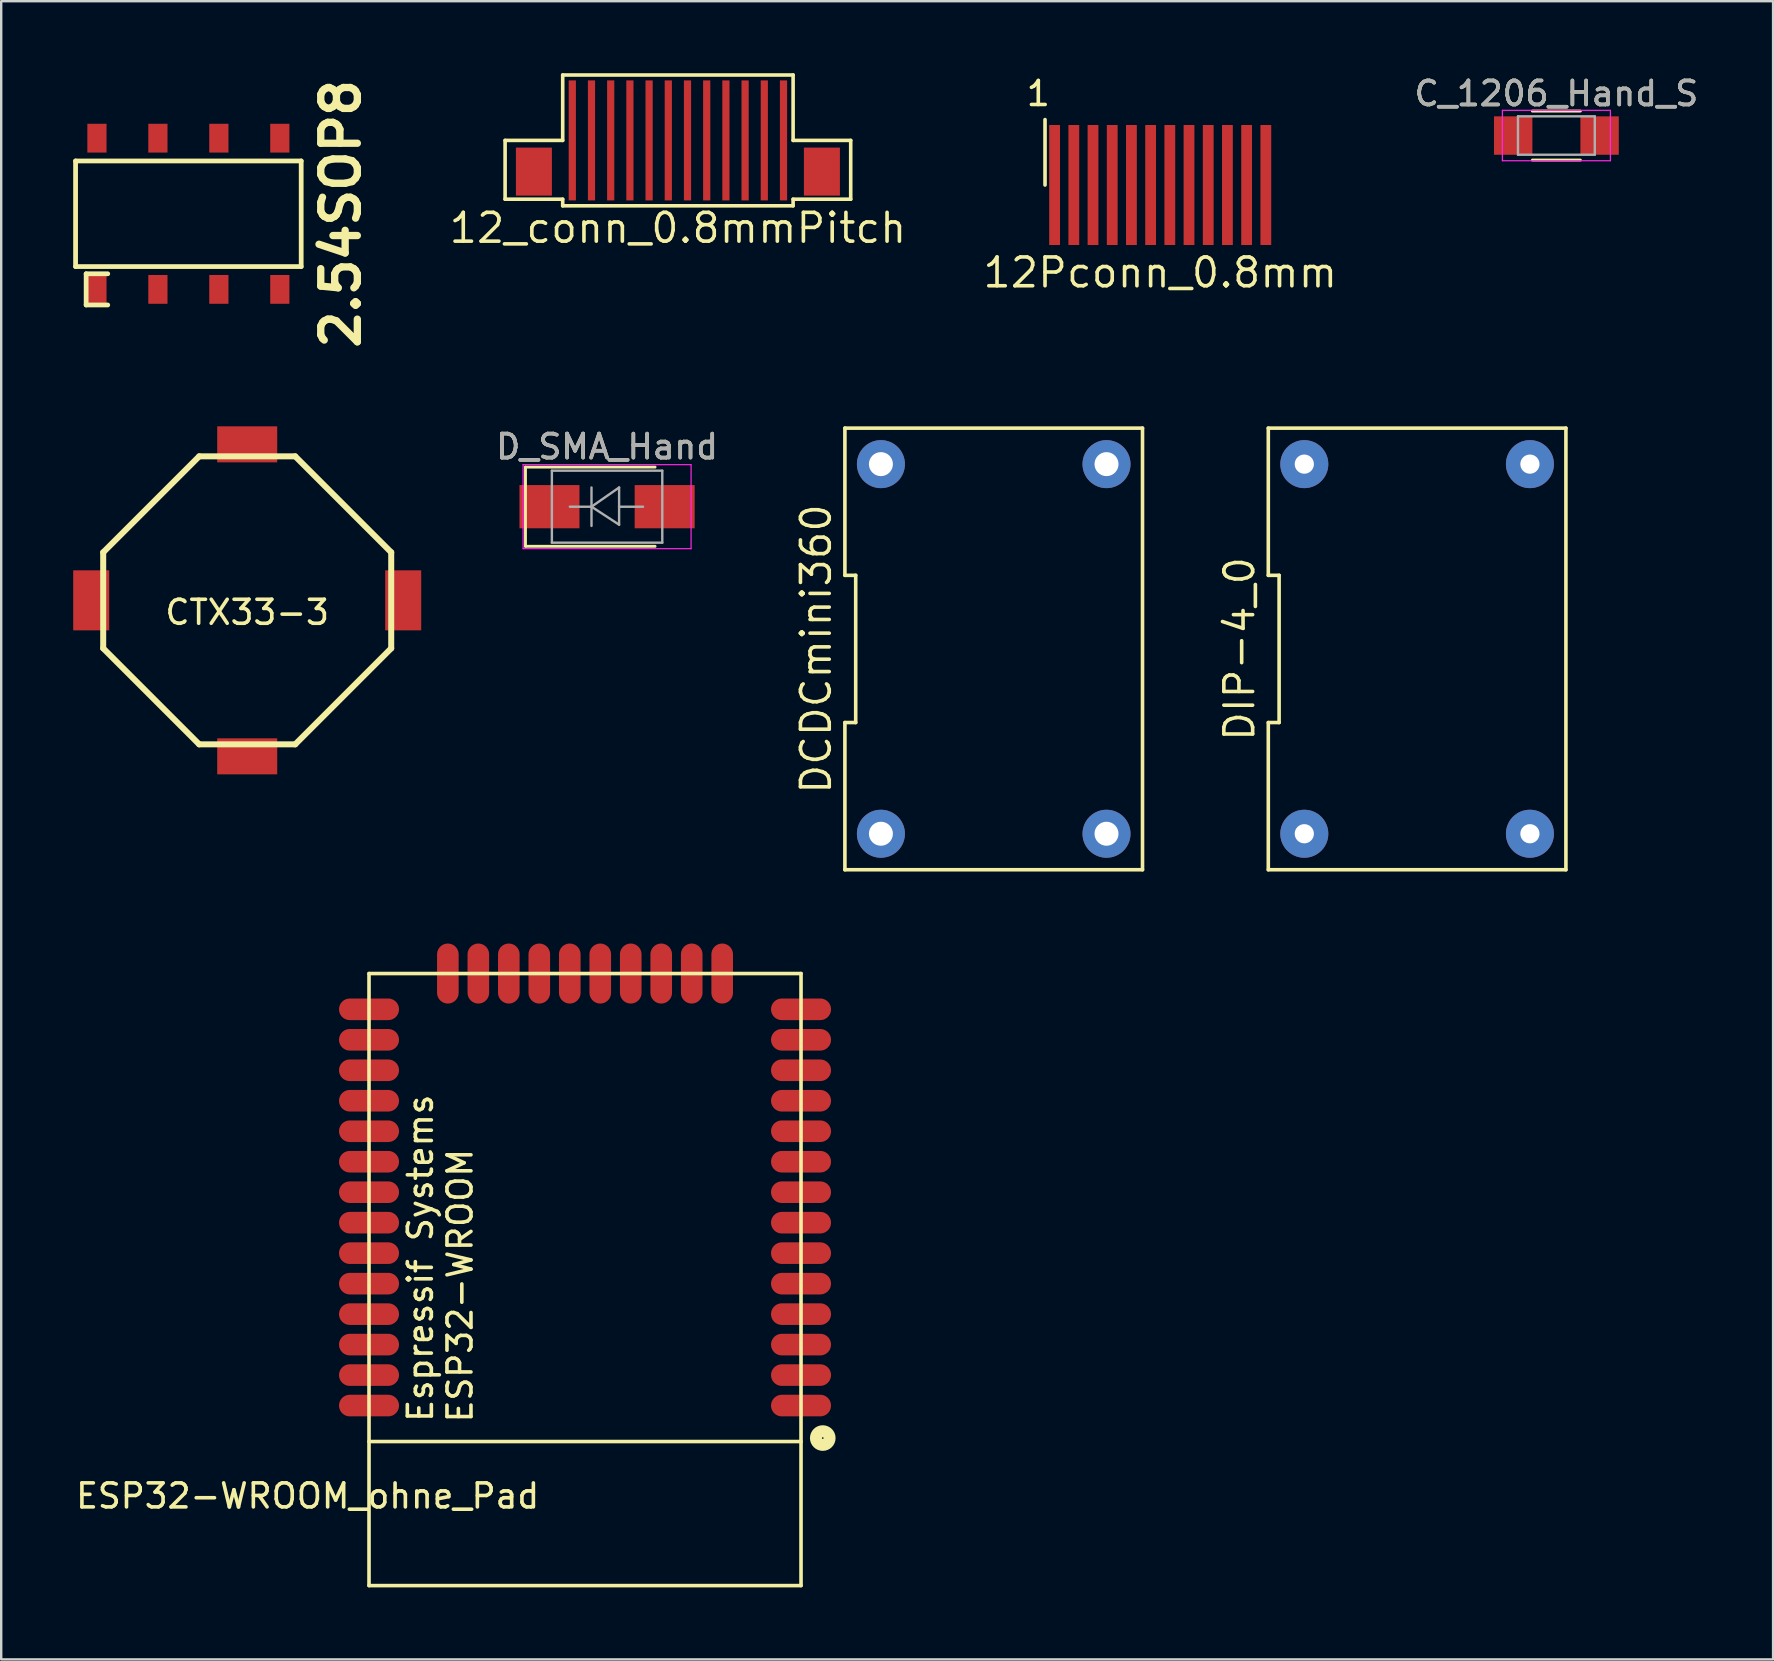
<source format=kicad_pcb>
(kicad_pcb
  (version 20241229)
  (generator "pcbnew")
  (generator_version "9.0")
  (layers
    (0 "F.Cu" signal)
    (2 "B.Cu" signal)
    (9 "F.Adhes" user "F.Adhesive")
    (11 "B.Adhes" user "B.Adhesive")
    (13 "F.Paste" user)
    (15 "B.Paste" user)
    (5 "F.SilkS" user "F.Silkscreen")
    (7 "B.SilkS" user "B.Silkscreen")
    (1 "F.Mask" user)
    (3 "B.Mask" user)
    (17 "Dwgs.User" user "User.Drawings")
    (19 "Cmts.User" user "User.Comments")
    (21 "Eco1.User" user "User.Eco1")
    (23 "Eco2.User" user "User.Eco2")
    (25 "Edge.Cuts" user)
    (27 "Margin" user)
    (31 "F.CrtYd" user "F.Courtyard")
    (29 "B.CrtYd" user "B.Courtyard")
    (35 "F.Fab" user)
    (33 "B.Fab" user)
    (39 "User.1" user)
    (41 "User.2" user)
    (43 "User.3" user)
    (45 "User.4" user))
  (footprint "12Pconn_0.8mm"
    (layer "F.Cu")
    (at 45.291 4.658)
    (property "Reference" "12Pconn_0.8mm" (at 0 3.65 0) (layer "F.SilkS") (effects (font (size 1.2 1.2) (thickness 0.15))))
    (attr through_hole)
    (fp_line (start -4.8 0) (end -4.8 -2.725) (stroke (width 0.15) (type solid)) (layer "F.SilkS"))
    (fp_text user "1" (at -5.08 -3.81 0) (layer "F.SilkS") (effects (font (size 1 1) (thickness 0.15))))
    (pad "1" smd rect (at -4.4 0) (size 0.45 5) (layers "F.Cu" "F.Mask" "F.Paste"))
    (pad "2" smd rect (at -3.6 0) (size 0.45 5) (layers "F.Cu" "F.Mask" "F.Paste"))
    (pad "3" smd rect (at -2.8 0) (size 0.45 5) (layers "F.Cu" "F.Mask" "F.Paste"))
    (pad "4" smd rect (at -2 0) (size 0.45 5) (layers "F.Cu" "F.Mask" "F.Paste"))
    (pad "5" smd rect (at -1.2 0) (size 0.45 5) (layers "F.Cu" "F.Mask" "F.Paste"))
    (pad "6" smd rect (at -0.4 0) (size 0.45 5) (layers "F.Cu" "F.Mask" "F.Paste"))
    (pad "7" smd rect (at 0.4 0) (size 0.45 5) (layers "F.Cu" "F.Mask" "F.Paste"))
    (pad "8" smd rect (at 1.2 0) (size 0.45 5) (layers "F.Cu" "F.Mask" "F.Paste"))
    (pad "9" smd rect (at 2 0) (size 0.45 5) (layers "F.Cu" "F.Mask" "F.Paste"))
    (pad "10" smd rect (at 2.8 0) (size 0.45 5) (layers "F.Cu" "F.Mask" "F.Paste"))
    (pad "11" smd rect (at 3.6 0) (size 0.45 5) (layers "F.Cu" "F.Mask" "F.Paste"))
    (pad "12" smd rect (at 4.4 0) (size 0.45 5) (layers "F.Cu" "F.Mask" "F.Paste")))
  (footprint "D_SMA_Hand"
    (layer "F.Cu")
    (at 22.244 18.061)
    (property "Reference" "D_SMA_Hand" (at 0 -2.5 0) (layer "F.SilkS") (effects (font (size 1 1) (thickness 0.15))))
    (attr smd)
    (fp_line (start -3.4 -1.65) (end -3.4 1.65) (stroke (width 0.12) (type solid)) (layer "F.SilkS"))
    (fp_line (start -3.4 -1.65) (end 2 -1.65) (stroke (width 0.12) (type solid)) (layer "F.SilkS"))
    (fp_line (start -3.4 1.65) (end 2 1.65) (stroke (width 0.12) (type solid)) (layer "F.SilkS"))
    (fp_line (start -3.5 -1.75) (end 3.5 -1.75) (stroke (width 0.05) (type solid)) (layer "F.CrtYd"))
    (fp_line (start -3.5 1.75) (end -3.5 -1.75) (stroke (width 0.05) (type solid)) (layer "F.CrtYd"))
    (fp_line (start 3.5 -1.75) (end 3.5 1.75) (stroke (width 0.05) (type solid)) (layer "F.CrtYd"))
    (fp_line (start 3.5 1.75) (end -3.5 1.75) (stroke (width 0.05) (type solid)) (layer "F.CrtYd"))
    (fp_line (start -2.3 1.5) (end -2.3 -1.5) (stroke (width 0.1) (type solid)) (layer "F.Fab"))
    (fp_line (start -0.649 -0.799) (end -0.649 0.801) (stroke (width 0.1) (type solid)) (layer "F.Fab"))
    (fp_line (start -0.649 0.001) (end -1.551 0.001) (stroke (width 0.1) (type solid)) (layer "F.Fab"))
    (fp_line (start -0.649 0.001) (end 0.501 -0.799) (stroke (width 0.1) (type solid)) (layer "F.Fab"))
    (fp_line (start -0.649 0.001) (end 0.501 0.75) (stroke (width 0.1) (type solid)) (layer "F.Fab"))
    (fp_line (start 0.501 0.001) (end 1.499 0.001) (stroke (width 0.1) (type solid)) (layer "F.Fab"))
    (fp_line (start 0.501 0.75) (end 0.501 -0.799) (stroke (width 0.1) (type solid)) (layer "F.Fab"))
    (fp_line (start 2.3 -1.5) (end -2.3 -1.5) (stroke (width 0.1) (type solid)) (layer "F.Fab"))
    (fp_line (start 2.3 -1.5) (end 2.3 1.5) (stroke (width 0.1) (type solid)) (layer "F.Fab"))
    (fp_line (start 2.3 1.5) (end -2.3 1.5) (stroke (width 0.1) (type solid)) (layer "F.Fab"))
    (fp_text user "${REFERENCE}" (at 0 -2.5 0) (layer "F.Fab") (effects (font (size 1 1) (thickness 0.15))))
    (pad "1" smd rect (at -2.4 0) (size 2.5 1.8) (layers "F.Cu" "F.Mask" "F.Paste"))
    (pad "2" smd rect (at 2.4 0) (size 2.5 1.8) (layers "F.Cu" "F.Mask" "F.Paste")))
  (footprint "2.54SOP8"
    (layer "F.Cu")
    (at 4.799 5.857)
    (property "Reference" "2.54SOP8" (at 6.35 0 90) (layer "F.SilkS") (effects (font (size 1.524 1.524) (thickness 0.305))))
    (attr through_hole)
    (fp_line (start -4.7 -2.2) (end -4.7 2.2) (stroke (width 0.198) (type solid)) (layer "F.SilkS"))
    (fp_line (start -4.7 -2.2) (end 4.7 -2.2) (stroke (width 0.198) (type solid)) (layer "F.SilkS"))
    (fp_line (start -4.7 2.2) (end 4.7 2.2) (stroke (width 0.198) (type solid)) (layer "F.SilkS"))
    (fp_line (start -4.26 2.5) (end -4.26 3.8) (stroke (width 0.198) (type solid)) (layer "F.SilkS"))
    (fp_line (start -4.26 2.5) (end -3.36 2.5) (stroke (width 0.198) (type solid)) (layer "F.SilkS"))
    (fp_line (start -4.26 3.8) (end -3.36 3.8) (stroke (width 0.198) (type solid)) (layer "F.SilkS"))
    (fp_line (start 4.7 -2.2) (end 4.7 2.2) (stroke (width 0.198) (type solid)) (layer "F.SilkS"))
    (pad "1" smd rect (at -3.81 3.15 180) (size 0.8 1.2) (layers "F.Cu" "F.Mask" "F.Paste"))
    (pad "2" smd rect (at -1.27 3.15 180) (size 0.8 1.2) (layers "F.Cu" "F.Mask" "F.Paste"))
    (pad "3" smd rect (at 1.27 3.15 180) (size 0.8 1.2) (layers "F.Cu" "F.Mask" "F.Paste"))
    (pad "4" smd rect (at 3.81 3.15 180) (size 0.8 1.2) (layers "F.Cu" "F.Mask" "F.Paste"))
    (pad "5" smd rect (at 3.81 -3.15 180) (size 0.8 1.2) (layers "F.Cu" "F.Mask" "F.Paste"))
    (pad "6" smd rect (at 1.27 -3.15 180) (size 0.8 1.2) (layers "F.Cu" "F.Mask" "F.Paste"))
    (pad "7" smd rect (at -1.27 -3.15 180) (size 0.8 1.2) (layers "F.Cu" "F.Mask" "F.Paste"))
    (pad "8" smd rect (at -3.81 -3.15) (size 0.8 1.2) (layers "F.Cu" "F.Mask" "F.Paste")))
  (footprint "ESP32-WROOM_ohne_Pad"
    (layer "F.Cu")
    (at 21.325 50.263)
    (property "Reference" "ESP32-WROOM_ohne_Pad" (at -11.557 9.017 0) (layer "F.SilkS") (effects (font (size 1 1) (thickness 0.15))))
    (attr through_hole)
    (fp_line (start -9 -12.75) (end 9 -12.75) (stroke (width 0.15) (type solid)) (layer "F.SilkS"))
    (fp_line (start -9 6.75) (end 9 6.75) (stroke (width 0.15) (type solid)) (layer "F.SilkS"))
    (fp_line (start -9 12.75) (end -9 -12.75) (stroke (width 0.15) (type solid)) (layer "F.SilkS"))
    (fp_line (start -9 12.75) (end 9 12.75) (stroke (width 0.15) (type solid)) (layer "F.SilkS"))
    (fp_line (start 9 12.75) (end 9 -12.75) (stroke (width 0.15) (type solid)) (layer "F.SilkS"))
    (fp_circle (center 9.906 6.604) (end 10.033 6.858) (stroke (width 0.5) (type solid)) (fill no) (layer "F.SilkS"))
    (fp_text user "ESP32-WROOM" (at -5.207 0.254 90) (layer "F.SilkS") (effects (font (size 1 1) (thickness 0.15))))
    (fp_text user "Espressif Systems" (at -6.858 -0.889 90) (layer "F.SilkS") (effects (font (size 1 1) (thickness 0.15))))
    (pad "1" smd oval (at 9 5.25) (size 2.5 0.9) (layers "F.Cu" "F.Mask" "F.Paste"))
    (pad "2" smd oval (at 9 3.98) (size 2.5 0.9) (layers "F.Cu" "F.Mask" "F.Paste"))
    (pad "3" smd oval (at 9 2.71) (size 2.5 0.9) (layers "F.Cu" "F.Mask" "F.Paste"))
    (pad "4" smd oval (at 9 1.44) (size 2.5 0.9) (layers "F.Cu" "F.Mask" "F.Paste"))
    (pad "5" smd oval (at 9 0.17) (size 2.5 0.9) (layers "F.Cu" "F.Mask" "F.Paste"))
    (pad "6" smd oval (at 9 -1.1) (size 2.5 0.9) (layers "F.Cu" "F.Mask" "F.Paste"))
    (pad "7" smd oval (at 9 -2.37) (size 2.5 0.9) (layers "F.Cu" "F.Mask" "F.Paste"))
    (pad "8" smd oval (at 9 -3.64) (size 2.5 0.9) (layers "F.Cu" "F.Mask" "F.Paste"))
    (pad "9" smd oval (at 9 -4.91) (size 2.5 0.9) (layers "F.Cu" "F.Mask" "F.Paste"))
    (pad "10" smd oval (at 9 -6.18) (size 2.5 0.9) (layers "F.Cu" "F.Mask" "F.Paste"))
    (pad "11" smd oval (at 9 -7.45) (size 2.5 0.9) (layers "F.Cu" "F.Mask" "F.Paste"))
    (pad "12" smd oval (at 9 -8.72) (size 2.5 0.9) (layers "F.Cu" "F.Mask" "F.Paste"))
    (pad "13" smd oval (at 9 -9.99) (size 2.5 0.9) (layers "F.Cu" "F.Mask" "F.Paste"))
    (pad "14" smd oval (at 9 -11.26) (size 2.5 0.9) (layers "F.Cu" "F.Mask" "F.Paste"))
    (pad "15" smd oval (at 5.715 -12.75) (size 0.9 2.5) (layers "F.Cu" "F.Mask" "F.Paste"))
    (pad "16" smd oval (at 4.445 -12.75) (size 0.9 2.5) (layers "F.Cu" "F.Mask" "F.Paste"))
    (pad "17" smd oval (at 3.175 -12.75) (size 0.9 2.5) (layers "F.Cu" "F.Mask" "F.Paste"))
    (pad "18" smd oval (at 1.905 -12.75) (size 0.9 2.5) (layers "F.Cu" "F.Mask" "F.Paste"))
    (pad "19" smd oval (at 0.635 -12.75) (size 0.9 2.5) (layers "F.Cu" "F.Mask" "F.Paste"))
    (pad "20" smd oval (at -0.635 -12.75) (size 0.9 2.5) (layers "F.Cu" "F.Mask" "F.Paste"))
    (pad "21" smd oval (at -1.905 -12.75) (size 0.9 2.5) (layers "F.Cu" "F.Mask" "F.Paste"))
    (pad "22" smd oval (at -3.175 -12.75) (size 0.9 2.5) (layers "F.Cu" "F.Mask" "F.Paste"))
    (pad "23" smd oval (at -4.445 -12.75) (size 0.9 2.5) (layers "F.Cu" "F.Mask" "F.Paste"))
    (pad "24" smd oval (at -5.715 -12.75) (size 0.9 2.5) (layers "F.Cu" "F.Mask" "F.Paste"))
    (pad "25" smd oval (at -9 -11.26) (size 2.5 0.9) (layers "F.Cu" "F.Mask" "F.Paste"))
    (pad "26" smd oval (at -9 -9.99) (size 2.5 0.9) (layers "F.Cu" "F.Mask" "F.Paste"))
    (pad "27" smd oval (at -9 -8.72) (size 2.5 0.9) (layers "F.Cu" "F.Mask" "F.Paste"))
    (pad "28" smd oval (at -9 -7.45) (size 2.5 0.9) (layers "F.Cu" "F.Mask" "F.Paste"))
    (pad "29" smd oval (at -9 -6.18) (size 2.5 0.9) (layers "F.Cu" "F.Mask" "F.Paste"))
    (pad "30" smd oval (at -9 -4.91) (size 2.5 0.9) (layers "F.Cu" "F.Mask" "F.Paste"))
    (pad "31" smd oval (at -9 -3.64) (size 2.5 0.9) (layers "F.Cu" "F.Mask" "F.Paste"))
    (pad "32" smd oval (at -9 -2.37) (size 2.5 0.9) (layers "F.Cu" "F.Mask" "F.Paste"))
    (pad "33" smd oval (at -9 -1.1) (size 2.5 0.9) (layers "F.Cu" "F.Mask" "F.Paste"))
    (pad "34" smd oval (at -9 0.17) (size 2.5 0.9) (layers "F.Cu" "F.Mask" "F.Paste"))
    (pad "35" smd oval (at -9 1.44) (size 2.5 0.9) (layers "F.Cu" "F.Mask" "F.Paste"))
    (pad "36" smd oval (at -9 2.71) (size 2.5 0.9) (layers "F.Cu" "F.Mask" "F.Paste"))
    (pad "37" smd oval (at -9 3.98) (size 2.5 0.9) (layers "F.Cu" "F.Mask" "F.Paste"))
    (pad "38" smd oval (at -9 5.25) (size 2.5 0.9) (layers "F.Cu" "F.Mask" "F.Paste")))
  (footprint "DIP-4_0"
    (layer "F.Cu")
    (at 55.994 23.988)
    (property "Reference" "DIP-4_0" (at -7.4 0 90) (layer "F.SilkS") (effects (font (size 1.2 1.2) (thickness 0.15))))
    (attr through_hole)
    (fp_line (start -6.2 -3.067) (end -5.75 -3.067) (stroke (width 0.15) (type solid)) (layer "F.SilkS"))
    (fp_line (start -6.2 3.067) (end -6.2 9.2) (stroke (width 0.15) (type solid)) (layer "F.SilkS"))
    (fp_line (start -6.2 9.2) (end 6.2 9.2) (stroke (width 0.15) (type solid)) (layer "F.SilkS"))
    (fp_line (start -6.2 -9.2) (end -6.2 -3.067) (stroke (width 0.15) (type solid)) (layer "F.SilkS"))
    (fp_line (start -5.75 -3.067) (end -5.75 3.067) (stroke (width 0.15) (type solid)) (layer "F.SilkS"))
    (fp_line (start -5.75 3.067) (end -6.2 3.067) (stroke (width 0.15) (type solid)) (layer "F.SilkS"))
    (fp_line (start 6.2 9.2) (end 6.2 -9.2) (stroke (width 0.15) (type solid)) (layer "F.SilkS"))
    (fp_line (start 6.2 -9.2) (end -6.2 -9.2) (stroke (width 0.15) (type solid)) (layer "F.SilkS"))
    (pad "1" thru_hole circle (at -4.7 7.7) (size 2 2) (drill 0.8) (layers "*.Cu" "*.Mask"))
    (pad "2" thru_hole circle (at 4.7 7.7) (size 2 2) (drill 0.8) (layers "*.Cu" "*.Mask"))
    (pad "3" thru_hole circle (at 4.7 -7.7) (size 2 2) (drill 0.8) (layers "*.Cu" "*.Mask"))
    (pad "4" thru_hole circle (at -4.7 -7.7) (size 2 2) (drill 0.8) (layers "*.Cu" "*.Mask")))
  (footprint "C_1206_Hand_S"
    (layer "F.Cu")
    (at 61.797 2.598)
    (property "Reference" "C_1206_Hand_S" (at 0 -1.75 0) (layer "F.SilkS") (effects (font (size 1 1) (thickness 0.15))))
    (attr smd)
    (fp_line (start -1 1.02) (end 1 1.02) (stroke (width 0.12) (type solid)) (layer "F.SilkS"))
    (fp_line (start 1 -1.02) (end -1 -1.02) (stroke (width 0.12) (type solid)) (layer "F.SilkS"))
    (fp_line (start -2.25 -1.05) (end -2.25 1.05) (stroke (width 0.05) (type solid)) (layer "F.CrtYd"))
    (fp_line (start -2.25 -1.05) (end 2.25 -1.05) (stroke (width 0.05) (type solid)) (layer "F.CrtYd"))
    (fp_line (start 2.25 1.05) (end -2.25 1.05) (stroke (width 0.05) (type solid)) (layer "F.CrtYd"))
    (fp_line (start 2.25 1.05) (end 2.25 -1.05) (stroke (width 0.05) (type solid)) (layer "F.CrtYd"))
    (fp_line (start -1.6 -0.8) (end 1.6 -0.8) (stroke (width 0.1) (type solid)) (layer "F.Fab"))
    (fp_line (start -1.6 0.8) (end -1.6 -0.8) (stroke (width 0.1) (type solid)) (layer "F.Fab"))
    (fp_line (start 1.6 -0.8) (end 1.6 0.8) (stroke (width 0.1) (type solid)) (layer "F.Fab"))
    (fp_line (start 1.6 0.8) (end -1.6 0.8) (stroke (width 0.1) (type solid)) (layer "F.Fab"))
    (fp_text user "${REFERENCE}" (at 0 -1.75 0) (layer "F.Fab") (effects (font (size 1 1) (thickness 0.15))))
    (pad "1" smd rect (at -1.8 0) (size 1.6 1.6) (layers "F.Cu" "F.Mask" "F.Paste"))
    (pad "2" smd rect (at 1.8 0) (size 1.6 1.6) (layers "F.Cu" "F.Mask" "F.Paste")))
  (footprint "DCDCmini360"
    (layer "F.Cu")
    (at 38.353 23.988)
    (property "Reference" "DCDCmini360" (at -7.4 0 90) (layer "F.SilkS") (effects (font (size 1.2 1.2) (thickness 0.15))))
    (attr through_hole)
    (fp_line (start -6.2 -3.067) (end -5.75 -3.067) (stroke (width 0.15) (type solid)) (layer "F.SilkS"))
    (fp_line (start -6.2 3.067) (end -6.2 9.2) (stroke (width 0.15) (type solid)) (layer "F.SilkS"))
    (fp_line (start -6.2 9.2) (end 6.2 9.2) (stroke (width 0.15) (type solid)) (layer "F.SilkS"))
    (fp_line (start -6.2 -9.2) (end -6.2 -3.067) (stroke (width 0.15) (type solid)) (layer "F.SilkS"))
    (fp_line (start -5.75 -3.067) (end -5.75 3.067) (stroke (width 0.15) (type solid)) (layer "F.SilkS"))
    (fp_line (start -5.75 3.067) (end -6.2 3.067) (stroke (width 0.15) (type solid)) (layer "F.SilkS"))
    (fp_line (start 6.2 9.2) (end 6.2 -9.2) (stroke (width 0.15) (type solid)) (layer "F.SilkS"))
    (fp_line (start 6.2 -9.2) (end -6.2 -9.2) (stroke (width 0.15) (type solid)) (layer "F.SilkS"))
    (pad "1" thru_hole circle (at -4.7 7.7) (size 2 2) (drill 1) (layers "*.Cu" "*.Mask"))
    (pad "2" thru_hole circle (at 4.7 7.7) (size 2 2) (drill 1) (layers "*.Cu" "*.Mask"))
    (pad "3" thru_hole circle (at 4.7 -7.7) (size 2 2) (drill 1) (layers "*.Cu" "*.Mask"))
    (pad "4" thru_hole circle (at -4.7 -7.7) (size 2 2) (drill 1) (layers "*.Cu" "*.Mask")))
  (footprint "12_conn_0.8mmPitch"
    (layer "F.Cu")
    (at 25.195 2.8)
    (property "Reference" "12_conn_0.8mmPitch" (at 0 3.65 0) (layer "F.SilkS") (effects (font (size 1.2 1.2) (thickness 0.15))))
    (attr through_hole)
    (fp_line (start -7.2 0) (end -4.8 0) (stroke (width 0.15) (type solid)) (layer "F.SilkS"))
    (fp_line (start -7.2 2.45) (end -7.2 0) (stroke (width 0.15) (type solid)) (layer "F.SilkS"))
    (fp_line (start -4.8 -2.725) (end 4.8 -2.725) (stroke (width 0.15) (type solid)) (layer "F.SilkS"))
    (fp_line (start -4.8 0) (end -4.8 -2.725) (stroke (width 0.15) (type solid)) (layer "F.SilkS"))
    (fp_line (start -4.8 2.45) (end -7.2 2.45) (stroke (width 0.15) (type solid)) (layer "F.SilkS"))
    (fp_line (start -4.8 2.725) (end -4.8 2.45) (stroke (width 0.15) (type solid)) (layer "F.SilkS"))
    (fp_line (start -4.8 2.725) (end 4.8 2.725) (stroke (width 0.15) (type solid)) (layer "F.SilkS"))
    (fp_line (start 4.8 0) (end 4.8 -2.725) (stroke (width 0.15) (type solid)) (layer "F.SilkS"))
    (fp_line (start 4.8 2.45) (end 7.2 2.45) (stroke (width 0.15) (type solid)) (layer "F.SilkS"))
    (fp_line (start 4.8 2.725) (end 4.8 2.45) (stroke (width 0.15) (type solid)) (layer "F.SilkS"))
    (fp_line (start 7.2 0) (end 4.8 0) (stroke (width 0.15) (type solid)) (layer "F.SilkS"))
    (fp_line (start 7.2 2.45) (end 7.2 0) (stroke (width 0.15) (type solid)) (layer "F.SilkS"))
    (pad "0" smd rect (at -6 1.3) (size 1.5 2) (layers "F.Cu" "F.Mask" "F.Paste"))
    (pad "0" smd rect (at 6 1.3) (size 1.5 2) (layers "F.Cu" "F.Mask" "F.Paste"))
    (pad "1" smd rect (at -4.4 0) (size 0.3 5) (layers "F.Cu" "F.Mask" "F.Paste"))
    (pad "2" smd rect (at -3.6 0) (size 0.3 5) (layers "F.Cu" "F.Mask" "F.Paste"))
    (pad "3" smd rect (at -2.8 0) (size 0.3 5) (layers "F.Cu" "F.Mask" "F.Paste"))
    (pad "4" smd rect (at -2 0) (size 0.3 5) (layers "F.Cu" "F.Mask" "F.Paste"))
    (pad "5" smd rect (at -1.2 0) (size 0.3 5) (layers "F.Cu" "F.Mask" "F.Paste"))
    (pad "6" smd rect (at -0.4 0) (size 0.3 5) (layers "F.Cu" "F.Mask" "F.Paste"))
    (pad "7" smd rect (at 0.4 0) (size 0.3 5) (layers "F.Cu" "F.Mask" "F.Paste"))
    (pad "8" smd rect (at 1.2 0) (size 0.3 5) (layers "F.Cu" "F.Mask" "F.Paste"))
    (pad "9" smd rect (at 2 0) (size 0.3 5) (layers "F.Cu" "F.Mask" "F.Paste"))
    (pad "10" smd rect (at 2.8 0) (size 0.3 5) (layers "F.Cu" "F.Mask" "F.Paste"))
    (pad "11" smd rect (at 3.6 0) (size 0.3 5) (layers "F.Cu" "F.Mask" "F.Paste"))
    (pad "12" smd rect (at 4.4 0) (size 0.3 5) (layers "F.Cu" "F.Mask" "F.Paste")))
  (footprint "CTX33-3"
    (layer "F.Cu")
    (at 7.25 21.963)
    (property "Reference" "CTX33-3" (at 0 0.5 0) (layer "F.SilkS") (effects (font (size 1 1) (thickness 0.15))))
    (attr through_hole)
    (fp_line (start -6 2) (end -6 -2) (stroke (width 0.25) (type solid)) (layer "F.SilkS"))
    (fp_line (start -2 -6) (end -6 -2) (stroke (width 0.25) (type solid)) (layer "F.SilkS"))
    (fp_line (start -2 -6) (end 2 -6) (stroke (width 0.25) (type solid)) (layer "F.SilkS"))
    (fp_line (start -2 6) (end -6 2) (stroke (width 0.25) (type solid)) (layer "F.SilkS"))
    (fp_line (start 2 -6) (end 6 -2) (stroke (width 0.25) (type solid)) (layer "F.SilkS"))
    (fp_line (start 2 6) (end -2 6) (stroke (width 0.25) (type solid)) (layer "F.SilkS"))
    (fp_line (start 6 -2) (end 6 2) (stroke (width 0.25) (type solid)) (layer "F.SilkS"))
    (fp_line (start 6 2) (end 2 6) (stroke (width 0.25) (type solid)) (layer "F.SilkS"))
    (pad "1" smd rect (at -6.5 0) (size 1.5 2.5) (layers "F.Cu" "F.Mask" "F.Paste"))
    (pad "2" smd rect (at 0 6.5) (size 2.5 1.5) (layers "F.Cu" "F.Mask" "F.Paste"))
    (pad "3" smd rect (at 6.5 0) (size 1.5 2.5) (layers "F.Cu" "F.Mask" "F.Paste"))
    (pad "4" smd rect (at 0 -6.5) (size 2.5 1.5) (layers "F.Cu" "F.Mask" "F.Paste")))
  (gr_rect
    (start -3 -3)
    (end 70.826 66.088)
    (stroke (width 0.1) (type default))
    (fill no)
    (layer "Edge.Cuts")))
</source>
